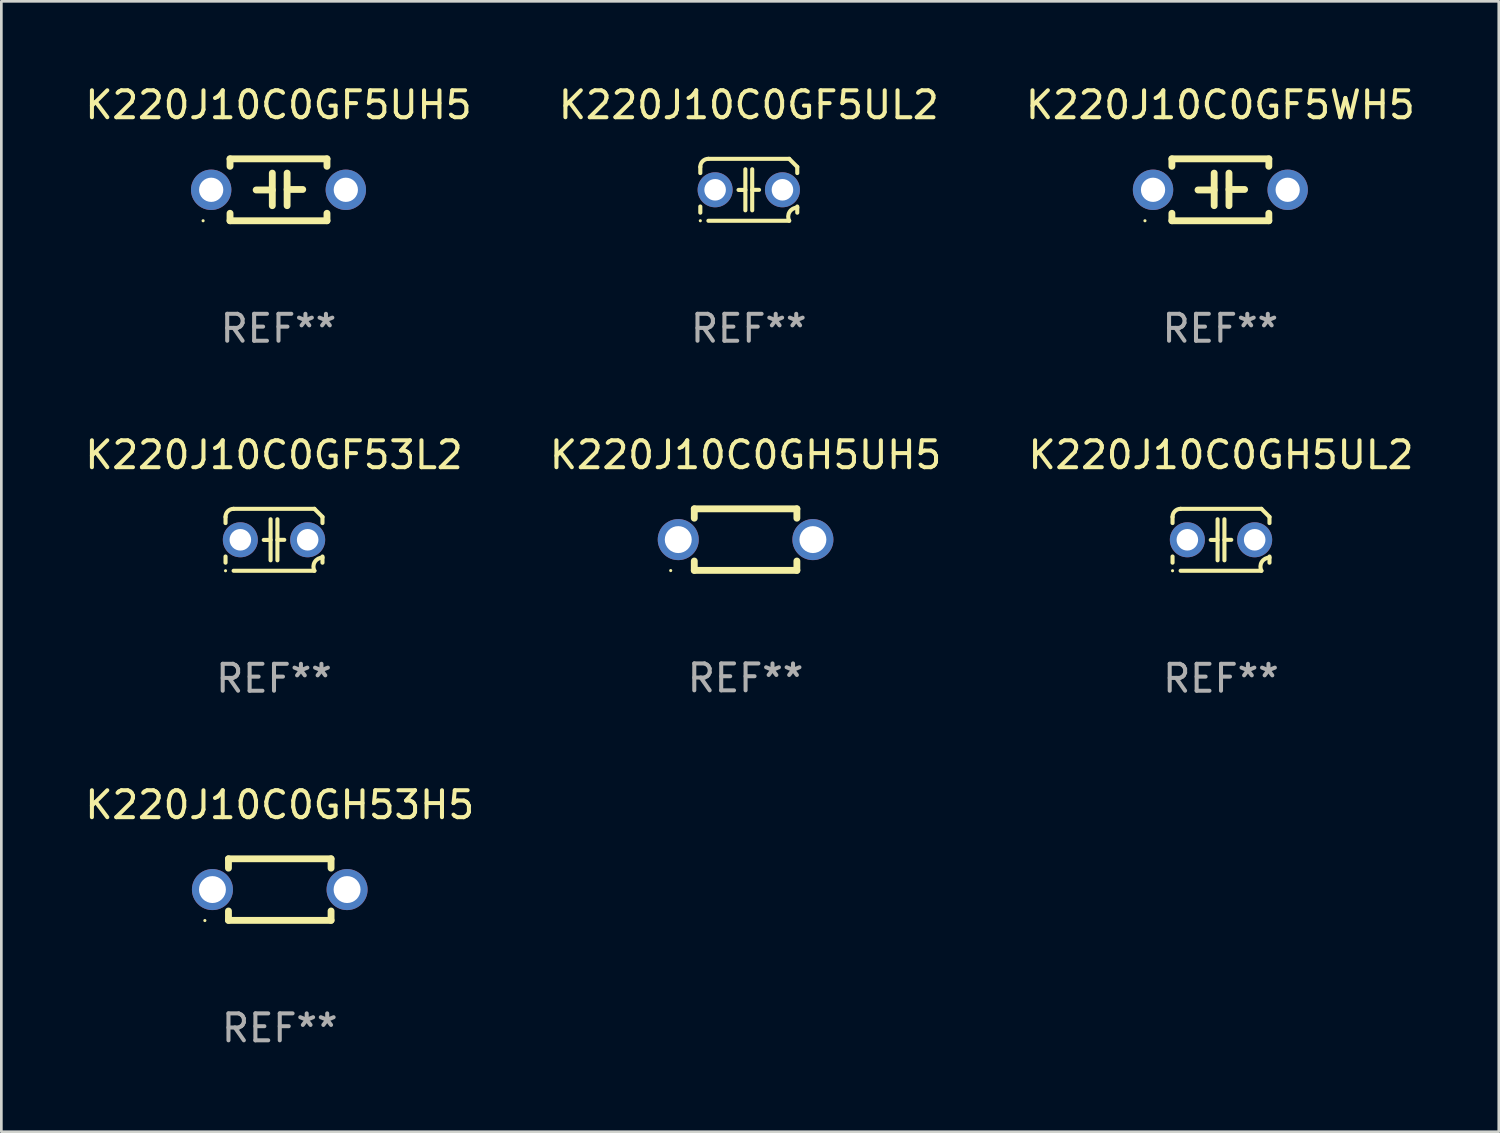
<source format=kicad_pcb>
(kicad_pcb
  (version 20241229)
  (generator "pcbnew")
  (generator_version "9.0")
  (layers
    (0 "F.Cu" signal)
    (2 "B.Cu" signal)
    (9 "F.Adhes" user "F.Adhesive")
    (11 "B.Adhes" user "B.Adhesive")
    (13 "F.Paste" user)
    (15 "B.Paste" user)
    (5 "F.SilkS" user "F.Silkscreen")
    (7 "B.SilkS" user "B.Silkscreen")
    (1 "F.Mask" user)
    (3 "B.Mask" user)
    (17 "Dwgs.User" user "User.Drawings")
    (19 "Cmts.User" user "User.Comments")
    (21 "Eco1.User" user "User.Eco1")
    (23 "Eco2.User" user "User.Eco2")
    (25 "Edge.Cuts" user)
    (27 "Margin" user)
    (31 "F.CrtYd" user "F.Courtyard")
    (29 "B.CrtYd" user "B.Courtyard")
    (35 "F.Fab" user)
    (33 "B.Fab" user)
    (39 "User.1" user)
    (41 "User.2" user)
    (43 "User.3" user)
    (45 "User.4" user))
  (footprint "K220J10C0GF5UL2"
    (layer "F.Cu")
    (at 24.756 3.998)
    (property "Reference" "K220J10C0GF5UL2" (at 0 -3.15 0) (layer "F.SilkS") (effects (font (size 1 1) (thickness 0.15))))
    (attr through_hole)
    (fp_line (start -1.8 -0.621) (end -1.8 -0.85) (stroke (width 0.152) (type solid)) (layer "F.SilkS"))
    (fp_line (start -1.8 0.85) (end -1.8 0.621) (stroke (width 0.152) (type solid)) (layer "F.SilkS"))
    (fp_line (start -1.5 -1.15) (end 1.5 -1.15) (stroke (width 0.152) (type solid)) (layer "F.SilkS"))
    (fp_line (start -0.127 -0.762) (end -0.127 0.762) (stroke (width 0.152) (type solid)) (layer "F.SilkS"))
    (fp_line (start -0.127 0.005) (end -0.381 0.005) (stroke (width 0.152) (type solid)) (layer "F.SilkS"))
    (fp_line (start 0.127 -0.762) (end 0.127 0.762) (stroke (width 0.152) (type solid)) (layer "F.SilkS"))
    (fp_line (start 0.127 0.002) (end 0.381 0.002) (stroke (width 0.152) (type solid)) (layer "F.SilkS"))
    (fp_line (start 1.5 1.15) (end -1.5 1.15) (stroke (width 0.152) (type solid)) (layer "F.SilkS"))
    (fp_line (start 1.8 -0.85) (end 1.8 -0.621) (stroke (width 0.152) (type solid)) (layer "F.SilkS"))
    (fp_line (start 1.8 0.621) (end 1.8 0.85) (stroke (width 0.152) (type solid)) (layer "F.SilkS"))
    (fp_arc (start -1.799975 -0.849987) (mid -1.712107 -1.062119) (end -1.499975 -1.149987) (stroke (width 0.151994) (type solid)) (layer "F.SilkS"))
    (fp_arc (start 1.499975 1.149987) (mid 1.513726 0.822359) (end 1.799975 0.662387) (stroke (width 0.151994) (type solid)) (layer "F.SilkS"))
    (fp_arc (start 1.500001 -1.149986) (mid 1.650015 -1.000001) (end 1.8 -0.849987) (stroke (width 0.151994) (type solid)) (layer "F.SilkS"))
    (fp_circle (center -1.8 1.15) (end -1.77 1.15) (stroke (width 0.06) (type solid)) (fill no) (layer "F.SilkS"))
    (fp_text user "REF**" (at 0 5.15 0) (layer "F.Fab") (effects (font (size 1 1) (thickness 0.15))))
    (pad "1" thru_hole circle (at -1.25 0) (size 1.3 1.3) (drill 0.8) (layers "*.Cu" "*.Mask"))
    (pad "2" thru_hole circle (at 1.25 0) (size 1.3 1.3) (drill 0.8) (layers "*.Cu" "*.Mask")))
  (footprint "K220J10C0GF5WH5"
    (layer "F.Cu")
    (at 42.268 3.998)
    (property "Reference" "K220J10C0GF5WH5" (at 0 -3.15 0) (layer "F.SilkS") (effects (font (size 1 1) (thickness 0.15))))
    (attr through_hole)
    (fp_line (start -1.8 -1.15) (end -1.8 -0.872) (stroke (width 0.254) (type solid)) (layer "F.SilkS"))
    (fp_line (start -1.8 -1.15) (end 1.8 -1.15) (stroke (width 0.254) (type solid)) (layer "F.SilkS"))
    (fp_line (start -1.8 0.872) (end -1.8 1.15) (stroke (width 0.254) (type solid)) (layer "F.SilkS"))
    (fp_line (start -1.8 1.15) (end 1.8 1.15) (stroke (width 0.254) (type solid)) (layer "F.SilkS"))
    (fp_line (start -0.23 -0.62) (end -0.23 0.59) (stroke (width 0.254) (type solid)) (layer "F.SilkS"))
    (fp_line (start -0.23 0.007) (end -0.83 0.007) (stroke (width 0.254) (type solid)) (layer "F.SilkS"))
    (fp_line (start 0.32 -0.62) (end 0.32 0.59) (stroke (width 0.254) (type solid)) (layer "F.SilkS"))
    (fp_line (start 0.32 -0.012) (end 0.9 -0.012) (stroke (width 0.254) (type solid)) (layer "F.SilkS"))
    (fp_line (start 1.8 -1.15) (end 1.8 -0.872) (stroke (width 0.254) (type solid)) (layer "F.SilkS"))
    (fp_line (start 1.8 0.872) (end 1.8 1.15) (stroke (width 0.254) (type solid)) (layer "F.SilkS"))
    (fp_circle (center -2.8 1.15) (end -2.77 1.15) (stroke (width 0.06) (type solid)) (fill no) (layer "F.SilkS"))
    (fp_text user "REF**" (at 0 5.15 0) (layer "F.Fab") (effects (font (size 1 1) (thickness 0.15))))
    (pad "1" thru_hole circle (at -2.5 0) (size 1.5 1.5) (drill 0.9) (layers "*.Cu" "*.Mask"))
    (pad "2" thru_hole circle (at 2.5 0) (size 1.5 1.5) (drill 0.9) (layers "*.Cu" "*.Mask")))
  (footprint "K220J10C0GF5UH5"
    (layer "F.Cu")
    (at 7.292 3.998)
    (property "Reference" "K220J10C0GF5UH5" (at 0 -3.15 0) (layer "F.SilkS") (effects (font (size 1 1) (thickness 0.15))))
    (attr through_hole)
    (fp_line (start -1.8 -1.15) (end -1.8 -0.872) (stroke (width 0.254) (type solid)) (layer "F.SilkS"))
    (fp_line (start -1.8 -1.15) (end 1.8 -1.15) (stroke (width 0.254) (type solid)) (layer "F.SilkS"))
    (fp_line (start -1.8 0.872) (end -1.8 1.15) (stroke (width 0.254) (type solid)) (layer "F.SilkS"))
    (fp_line (start -1.8 1.15) (end 1.8 1.15) (stroke (width 0.254) (type solid)) (layer "F.SilkS"))
    (fp_line (start -0.23 -0.62) (end -0.23 0.59) (stroke (width 0.254) (type solid)) (layer "F.SilkS"))
    (fp_line (start -0.23 0.007) (end -0.83 0.007) (stroke (width 0.254) (type solid)) (layer "F.SilkS"))
    (fp_line (start 0.32 -0.62) (end 0.32 0.59) (stroke (width 0.254) (type solid)) (layer "F.SilkS"))
    (fp_line (start 0.32 -0.012) (end 0.9 -0.012) (stroke (width 0.254) (type solid)) (layer "F.SilkS"))
    (fp_line (start 1.8 -1.15) (end 1.8 -0.872) (stroke (width 0.254) (type solid)) (layer "F.SilkS"))
    (fp_line (start 1.8 0.872) (end 1.8 1.15) (stroke (width 0.254) (type solid)) (layer "F.SilkS"))
    (fp_circle (center -2.8 1.15) (end -2.77 1.15) (stroke (width 0.06) (type solid)) (fill no) (layer "F.SilkS"))
    (fp_text user "REF**" (at 0 5.15 0) (layer "F.Fab") (effects (font (size 1 1) (thickness 0.15))))
    (pad "1" thru_hole circle (at -2.5 0) (size 1.5 1.5) (drill 0.9) (layers "*.Cu" "*.Mask"))
    (pad "2" thru_hole circle (at 2.5 0) (size 1.5 1.5) (drill 0.9) (layers "*.Cu" "*.Mask")))
  (footprint "K220J10C0GH53H5"
    (layer "F.Cu")
    (at 7.339 29.984)
    (property "Reference" "K220J10C0GH53H5" (at 0 -3.143 0) (layer "F.SilkS") (effects (font (size 1 1) (thickness 0.15))))
    (attr through_hole)
    (fp_line (start -1.905 -1.143) (end 1.905 -1.143) (stroke (width 0.254) (type solid)) (layer "F.SilkS"))
    (fp_line (start -1.905 -0.795) (end -1.905 -1.143) (stroke (width 0.254) (type solid)) (layer "F.SilkS"))
    (fp_line (start -1.905 1.143) (end -1.905 0.795) (stroke (width 0.254) (type solid)) (layer "F.SilkS"))
    (fp_line (start 1.905 -1.143) (end 1.905 -0.795) (stroke (width 0.254) (type solid)) (layer "F.SilkS"))
    (fp_line (start 1.905 0.795) (end 1.905 1.143) (stroke (width 0.254) (type solid)) (layer "F.SilkS"))
    (fp_line (start 1.905 1.143) (end -1.905 1.143) (stroke (width 0.254) (type solid)) (layer "F.SilkS"))
    (fp_circle (center -2.781 1.15) (end -2.751 1.15) (stroke (width 0.06) (type solid)) (fill no) (layer "F.SilkS"))
    (fp_text user "REF**" (at 0 5.143 0) (layer "F.Fab") (effects (font (size 1 1) (thickness 0.15))))
    (pad "1" thru_hole circle (at -2.5 0) (size 1.524 1.524) (drill 1) (layers "*.Cu" "*.Mask"))
    (pad "2" thru_hole circle (at 2.5 0) (size 1.524 1.524) (drill 1) (layers "*.Cu" "*.Mask")))
  (footprint "K220J10C0GF53L2"
    (layer "F.Cu")
    (at 7.125 16.995)
    (property "Reference" "K220J10C0GF53L2" (at 0 -3.15 0) (layer "F.SilkS") (effects (font (size 1 1) (thickness 0.15))))
    (attr through_hole)
    (fp_line (start -1.8 -0.621) (end -1.8 -0.85) (stroke (width 0.152) (type solid)) (layer "F.SilkS"))
    (fp_line (start -1.8 0.85) (end -1.8 0.621) (stroke (width 0.152) (type solid)) (layer "F.SilkS"))
    (fp_line (start -1.5 -1.15) (end 1.5 -1.15) (stroke (width 0.152) (type solid)) (layer "F.SilkS"))
    (fp_line (start -0.127 -0.762) (end -0.127 0.762) (stroke (width 0.152) (type solid)) (layer "F.SilkS"))
    (fp_line (start -0.127 0.005) (end -0.381 0.005) (stroke (width 0.152) (type solid)) (layer "F.SilkS"))
    (fp_line (start 0.127 -0.762) (end 0.127 0.762) (stroke (width 0.152) (type solid)) (layer "F.SilkS"))
    (fp_line (start 0.127 0.002) (end 0.381 0.002) (stroke (width 0.152) (type solid)) (layer "F.SilkS"))
    (fp_line (start 1.5 1.15) (end -1.5 1.15) (stroke (width 0.152) (type solid)) (layer "F.SilkS"))
    (fp_line (start 1.8 -0.85) (end 1.8 -0.621) (stroke (width 0.152) (type solid)) (layer "F.SilkS"))
    (fp_line (start 1.8 0.621) (end 1.8 0.85) (stroke (width 0.152) (type solid)) (layer "F.SilkS"))
    (fp_arc (start -1.799975 -0.849987) (mid -1.712107 -1.062119) (end -1.499975 -1.149987) (stroke (width 0.151994) (type solid)) (layer "F.SilkS"))
    (fp_arc (start 1.499975 1.149987) (mid 1.513726 0.822359) (end 1.799975 0.662387) (stroke (width 0.151994) (type solid)) (layer "F.SilkS"))
    (fp_arc (start 1.500001 -1.149986) (mid 1.650015 -1.000001) (end 1.8 -0.849987) (stroke (width 0.151994) (type solid)) (layer "F.SilkS"))
    (fp_circle (center -1.8 1.15) (end -1.77 1.15) (stroke (width 0.06) (type solid)) (fill no) (layer "F.SilkS"))
    (fp_text user "REF**" (at 0 5.15 0) (layer "F.Fab") (effects (font (size 1 1) (thickness 0.15))))
    (pad "1" thru_hole circle (at -1.25 0) (size 1.3 1.3) (drill 0.8) (layers "*.Cu" "*.Mask"))
    (pad "2" thru_hole circle (at 1.25 0) (size 1.3 1.3) (drill 0.8) (layers "*.Cu" "*.Mask")))
  (footprint "K220J10C0GH5UH5"
    (layer "F.Cu")
    (at 24.637 16.988)
    (property "Reference" "K220J10C0GH5UH5" (at 0 -3.143 0) (layer "F.SilkS") (effects (font (size 1 1) (thickness 0.15))))
    (attr through_hole)
    (fp_line (start -1.905 -1.143) (end 1.905 -1.143) (stroke (width 0.254) (type solid)) (layer "F.SilkS"))
    (fp_line (start -1.905 -0.795) (end -1.905 -1.143) (stroke (width 0.254) (type solid)) (layer "F.SilkS"))
    (fp_line (start -1.905 1.143) (end -1.905 0.795) (stroke (width 0.254) (type solid)) (layer "F.SilkS"))
    (fp_line (start 1.905 -1.143) (end 1.905 -0.795) (stroke (width 0.254) (type solid)) (layer "F.SilkS"))
    (fp_line (start 1.905 0.795) (end 1.905 1.143) (stroke (width 0.254) (type solid)) (layer "F.SilkS"))
    (fp_line (start 1.905 1.143) (end -1.905 1.143) (stroke (width 0.254) (type solid)) (layer "F.SilkS"))
    (fp_circle (center -2.781 1.15) (end -2.751 1.15) (stroke (width 0.06) (type solid)) (fill no) (layer "F.SilkS"))
    (fp_text user "REF**" (at 0 5.143 0) (layer "F.Fab") (effects (font (size 1 1) (thickness 0.15))))
    (pad "1" thru_hole circle (at -2.5 0) (size 1.524 1.524) (drill 1) (layers "*.Cu" "*.Mask"))
    (pad "2" thru_hole circle (at 2.5 0) (size 1.524 1.524) (drill 1) (layers "*.Cu" "*.Mask")))
  (footprint "K220J10C0GH5UL2"
    (layer "F.Cu")
    (at 42.292 16.995)
    (property "Reference" "K220J10C0GH5UL2" (at 0 -3.15 0) (layer "F.SilkS") (effects (font (size 1 1) (thickness 0.15))))
    (attr through_hole)
    (fp_line (start -1.8 -0.621) (end -1.8 -0.85) (stroke (width 0.152) (type solid)) (layer "F.SilkS"))
    (fp_line (start -1.8 0.85) (end -1.8 0.621) (stroke (width 0.152) (type solid)) (layer "F.SilkS"))
    (fp_line (start -1.5 -1.15) (end 1.5 -1.15) (stroke (width 0.152) (type solid)) (layer "F.SilkS"))
    (fp_line (start -0.127 -0.762) (end -0.127 0.762) (stroke (width 0.152) (type solid)) (layer "F.SilkS"))
    (fp_line (start -0.127 0.005) (end -0.381 0.005) (stroke (width 0.152) (type solid)) (layer "F.SilkS"))
    (fp_line (start 0.127 -0.762) (end 0.127 0.762) (stroke (width 0.152) (type solid)) (layer "F.SilkS"))
    (fp_line (start 0.127 0.002) (end 0.381 0.002) (stroke (width 0.152) (type solid)) (layer "F.SilkS"))
    (fp_line (start 1.5 1.15) (end -1.5 1.15) (stroke (width 0.152) (type solid)) (layer "F.SilkS"))
    (fp_line (start 1.8 -0.85) (end 1.8 -0.621) (stroke (width 0.152) (type solid)) (layer "F.SilkS"))
    (fp_line (start 1.8 0.621) (end 1.8 0.85) (stroke (width 0.152) (type solid)) (layer "F.SilkS"))
    (fp_arc (start -1.799975 -0.849987) (mid -1.712107 -1.062119) (end -1.499975 -1.149987) (stroke (width 0.151994) (type solid)) (layer "F.SilkS"))
    (fp_arc (start 1.499975 1.149987) (mid 1.513726 0.822359) (end 1.799975 0.662387) (stroke (width 0.151994) (type solid)) (layer "F.SilkS"))
    (fp_arc (start 1.500001 -1.149986) (mid 1.650015 -1.000001) (end 1.8 -0.849987) (stroke (width 0.151994) (type solid)) (layer "F.SilkS"))
    (fp_circle (center -1.8 1.15) (end -1.77 1.15) (stroke (width 0.06) (type solid)) (fill no) (layer "F.SilkS"))
    (fp_text user "REF**" (at 0 5.15 0) (layer "F.Fab") (effects (font (size 1 1) (thickness 0.15))))
    (pad "1" thru_hole circle (at -1.25 0) (size 1.3 1.3) (drill 0.8) (layers "*.Cu" "*.Mask"))
    (pad "2" thru_hole circle (at 1.25 0) (size 1.3 1.3) (drill 0.8) (layers "*.Cu" "*.Mask")))
  (gr_rect
    (start -3 -3)
    (end 52.607 38.976)
    (stroke (width 0.1) (type default))
    (fill no)
    (layer "Edge.Cuts")))
</source>
